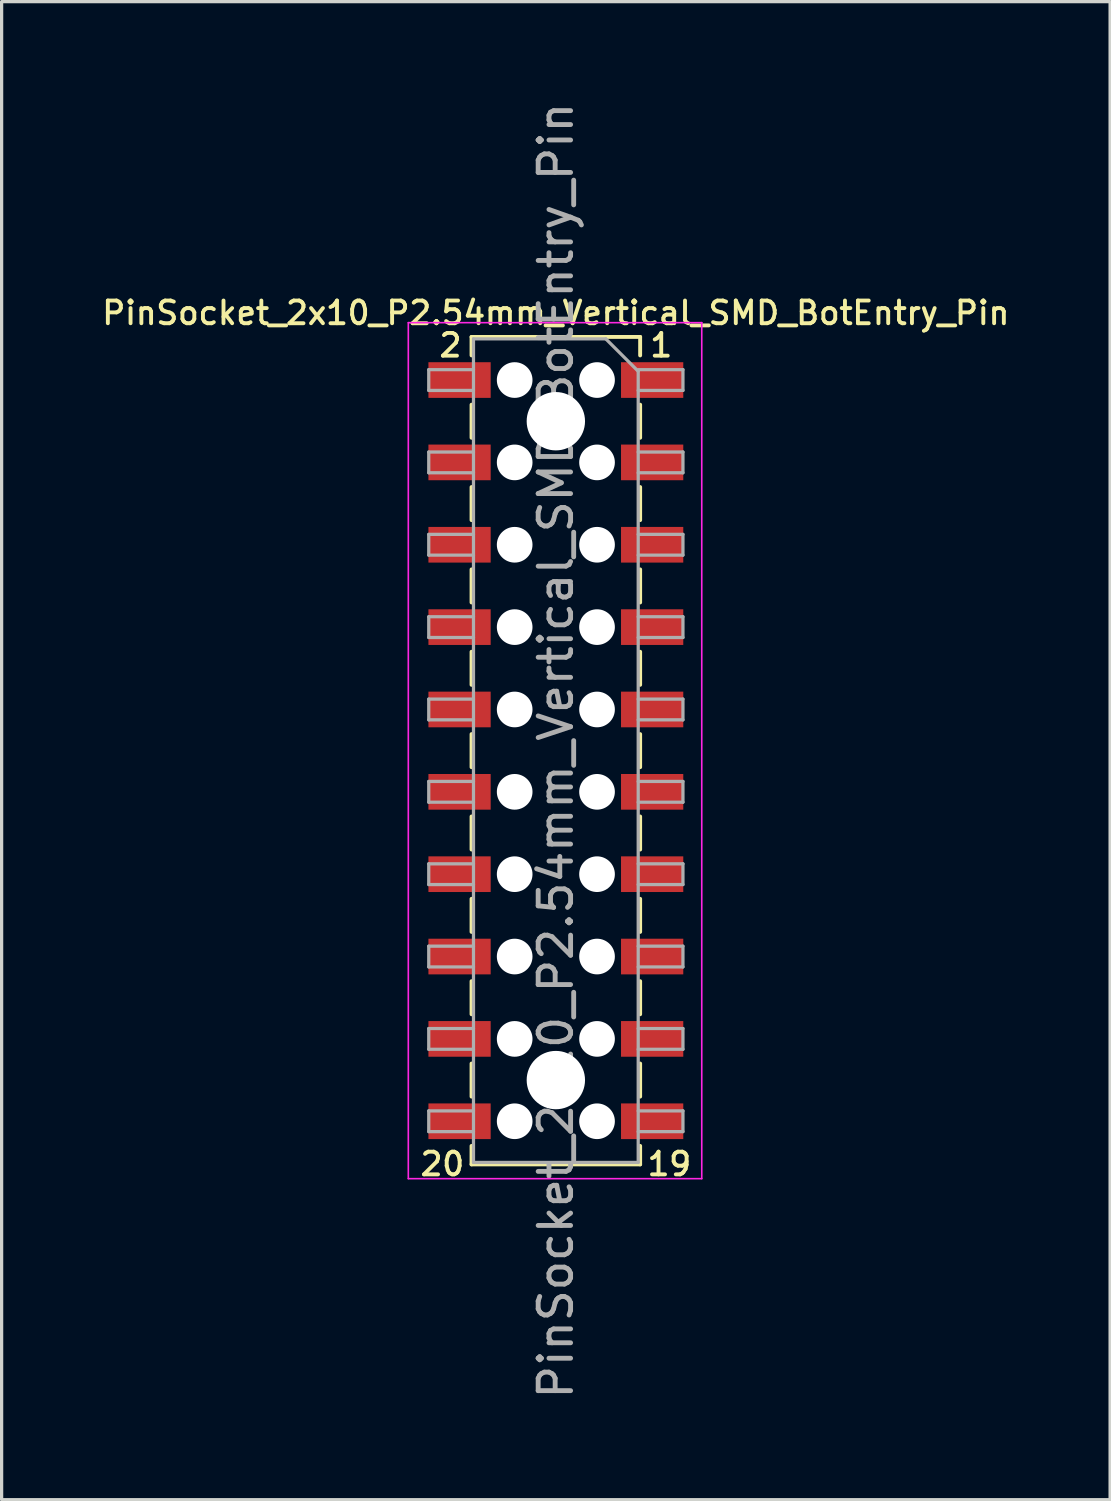
<source format=kicad_pcb>
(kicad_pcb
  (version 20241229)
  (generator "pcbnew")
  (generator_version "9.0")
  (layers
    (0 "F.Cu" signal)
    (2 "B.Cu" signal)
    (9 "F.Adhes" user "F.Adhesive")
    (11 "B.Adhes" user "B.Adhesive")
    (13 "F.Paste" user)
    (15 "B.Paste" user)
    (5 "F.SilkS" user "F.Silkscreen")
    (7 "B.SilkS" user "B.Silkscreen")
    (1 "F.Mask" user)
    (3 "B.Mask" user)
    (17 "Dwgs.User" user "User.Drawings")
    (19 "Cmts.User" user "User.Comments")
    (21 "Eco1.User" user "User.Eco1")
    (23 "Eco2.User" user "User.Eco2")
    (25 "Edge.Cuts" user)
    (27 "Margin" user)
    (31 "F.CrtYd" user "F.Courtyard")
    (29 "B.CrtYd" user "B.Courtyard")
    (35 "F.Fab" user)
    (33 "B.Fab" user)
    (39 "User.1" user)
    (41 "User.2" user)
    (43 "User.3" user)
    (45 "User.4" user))
  (footprint "PinSocket_2x10_P2.54mm_Vertical_SMD_BotEntry_Pin"
    (layer "F.Cu")
    (at 14.093 20.101)
    (property "Reference" "PinSocket_2x10_P2.54mm_Vertical_SMD_BotEntry_Pin" (at 0 -13.5 0) (layer "F.SilkS") (effects (font (size 0.7 0.7) (thickness 0.12))))
    (attr smd)
    (fp_line (start -2.6 -12.76) (end -2.6 -12.19) (stroke (width 0.12) (type solid)) (layer "F.SilkS"))
    (fp_line (start -2.6 -12.76) (end 2.6 -12.76) (stroke (width 0.12) (type solid)) (layer "F.SilkS"))
    (fp_line (start -2.6 -10.67) (end -2.6 -9.65) (stroke (width 0.12) (type solid)) (layer "F.SilkS"))
    (fp_line (start -2.6 -8.13) (end -2.6 -7.11) (stroke (width 0.12) (type solid)) (layer "F.SilkS"))
    (fp_line (start -2.6 -5.59) (end -2.6 -4.57) (stroke (width 0.12) (type solid)) (layer "F.SilkS"))
    (fp_line (start -2.6 -3.05) (end -2.6 -2.03) (stroke (width 0.12) (type solid)) (layer "F.SilkS"))
    (fp_line (start -2.6 -0.51) (end -2.6 0.51) (stroke (width 0.12) (type solid)) (layer "F.SilkS"))
    (fp_line (start -2.6 2.03) (end -2.6 3.05) (stroke (width 0.12) (type solid)) (layer "F.SilkS"))
    (fp_line (start -2.6 4.57) (end -2.6 5.59) (stroke (width 0.12) (type solid)) (layer "F.SilkS"))
    (fp_line (start -2.6 7.11) (end -2.6 8.13) (stroke (width 0.12) (type solid)) (layer "F.SilkS"))
    (fp_line (start -2.6 9.65) (end -2.6 10.67) (stroke (width 0.12) (type solid)) (layer "F.SilkS"))
    (fp_line (start -2.6 12.19) (end -2.6 12.76) (stroke (width 0.12) (type solid)) (layer "F.SilkS"))
    (fp_line (start -2.6 12.76) (end 2.6 12.76) (stroke (width 0.12) (type solid)) (layer "F.SilkS"))
    (fp_line (start 2.6 -12.76) (end 2.6 -12.19) (stroke (width 0.12) (type solid)) (layer "F.SilkS"))
    (fp_line (start 2.6 -10.67) (end 2.6 -9.65) (stroke (width 0.12) (type solid)) (layer "F.SilkS"))
    (fp_line (start 2.6 -8.13) (end 2.6 -7.11) (stroke (width 0.12) (type solid)) (layer "F.SilkS"))
    (fp_line (start 2.6 -5.59) (end 2.6 -4.57) (stroke (width 0.12) (type solid)) (layer "F.SilkS"))
    (fp_line (start 2.6 -3.05) (end 2.6 -2.03) (stroke (width 0.12) (type solid)) (layer "F.SilkS"))
    (fp_line (start 2.6 -0.51) (end 2.6 0.51) (stroke (width 0.12) (type solid)) (layer "F.SilkS"))
    (fp_line (start 2.6 2.03) (end 2.6 3.05) (stroke (width 0.12) (type solid)) (layer "F.SilkS"))
    (fp_line (start 2.6 4.57) (end 2.6 5.59) (stroke (width 0.12) (type solid)) (layer "F.SilkS"))
    (fp_line (start 2.6 7.11) (end 2.6 8.13) (stroke (width 0.12) (type solid)) (layer "F.SilkS"))
    (fp_line (start 2.6 9.65) (end 2.6 10.67) (stroke (width 0.12) (type solid)) (layer "F.SilkS"))
    (fp_line (start 2.6 12.19) (end 2.6 12.76) (stroke (width 0.12) (type solid)) (layer "F.SilkS"))
    (fp_line (start -4.55 -13.2) (end 4.5 -13.2) (stroke (width 0.05) (type solid)) (layer "F.CrtYd"))
    (fp_line (start -4.55 13.2) (end -4.55 -13.2) (stroke (width 0.05) (type solid)) (layer "F.CrtYd"))
    (fp_line (start 4.5 -13.2) (end 4.5 13.2) (stroke (width 0.05) (type solid)) (layer "F.CrtYd"))
    (fp_line (start 4.5 13.2) (end -4.55 13.2) (stroke (width 0.05) (type solid)) (layer "F.CrtYd"))
    (fp_line (start -3.92 -11.75) (end -2.54 -11.75) (stroke (width 0.1) (type solid)) (layer "F.Fab"))
    (fp_line (start -3.92 -11.11) (end -3.92 -11.75) (stroke (width 0.1) (type solid)) (layer "F.Fab"))
    (fp_line (start -3.92 -9.21) (end -2.54 -9.21) (stroke (width 0.1) (type solid)) (layer "F.Fab"))
    (fp_line (start -3.92 -8.57) (end -3.92 -9.21) (stroke (width 0.1) (type solid)) (layer "F.Fab"))
    (fp_line (start -3.92 -6.67) (end -2.54 -6.67) (stroke (width 0.1) (type solid)) (layer "F.Fab"))
    (fp_line (start -3.92 -6.03) (end -3.92 -6.67) (stroke (width 0.1) (type solid)) (layer "F.Fab"))
    (fp_line (start -3.92 -4.13) (end -2.54 -4.13) (stroke (width 0.1) (type solid)) (layer "F.Fab"))
    (fp_line (start -3.92 -3.49) (end -3.92 -4.13) (stroke (width 0.1) (type solid)) (layer "F.Fab"))
    (fp_line (start -3.92 -1.59) (end -2.54 -1.59) (stroke (width 0.1) (type solid)) (layer "F.Fab"))
    (fp_line (start -3.92 -0.95) (end -3.92 -1.59) (stroke (width 0.1) (type solid)) (layer "F.Fab"))
    (fp_line (start -3.92 0.95) (end -2.54 0.95) (stroke (width 0.1) (type solid)) (layer "F.Fab"))
    (fp_line (start -3.92 1.59) (end -3.92 0.95) (stroke (width 0.1) (type solid)) (layer "F.Fab"))
    (fp_line (start -3.92 3.49) (end -2.54 3.49) (stroke (width 0.1) (type solid)) (layer "F.Fab"))
    (fp_line (start -3.92 4.13) (end -3.92 3.49) (stroke (width 0.1) (type solid)) (layer "F.Fab"))
    (fp_line (start -3.92 6.03) (end -2.54 6.03) (stroke (width 0.1) (type solid)) (layer "F.Fab"))
    (fp_line (start -3.92 6.67) (end -3.92 6.03) (stroke (width 0.1) (type solid)) (layer "F.Fab"))
    (fp_line (start -3.92 8.57) (end -2.54 8.57) (stroke (width 0.1) (type solid)) (layer "F.Fab"))
    (fp_line (start -3.92 9.21) (end -3.92 8.57) (stroke (width 0.1) (type solid)) (layer "F.Fab"))
    (fp_line (start -3.92 11.11) (end -2.54 11.11) (stroke (width 0.1) (type solid)) (layer "F.Fab"))
    (fp_line (start -3.92 11.75) (end -3.92 11.11) (stroke (width 0.1) (type solid)) (layer "F.Fab"))
    (fp_line (start -2.54 -12.7) (end 1.54 -12.7) (stroke (width 0.1) (type solid)) (layer "F.Fab"))
    (fp_line (start -2.54 -11.11) (end -3.92 -11.11) (stroke (width 0.1) (type solid)) (layer "F.Fab"))
    (fp_line (start -2.54 -8.57) (end -3.92 -8.57) (stroke (width 0.1) (type solid)) (layer "F.Fab"))
    (fp_line (start -2.54 -6.03) (end -3.92 -6.03) (stroke (width 0.1) (type solid)) (layer "F.Fab"))
    (fp_line (start -2.54 -3.49) (end -3.92 -3.49) (stroke (width 0.1) (type solid)) (layer "F.Fab"))
    (fp_line (start -2.54 -0.95) (end -3.92 -0.95) (stroke (width 0.1) (type solid)) (layer "F.Fab"))
    (fp_line (start -2.54 1.59) (end -3.92 1.59) (stroke (width 0.1) (type solid)) (layer "F.Fab"))
    (fp_line (start -2.54 4.13) (end -3.92 4.13) (stroke (width 0.1) (type solid)) (layer "F.Fab"))
    (fp_line (start -2.54 6.67) (end -3.92 6.67) (stroke (width 0.1) (type solid)) (layer "F.Fab"))
    (fp_line (start -2.54 9.21) (end -3.92 9.21) (stroke (width 0.1) (type solid)) (layer "F.Fab"))
    (fp_line (start -2.54 11.75) (end -3.92 11.75) (stroke (width 0.1) (type solid)) (layer "F.Fab"))
    (fp_line (start -2.54 12.7) (end -2.54 -12.7) (stroke (width 0.1) (type solid)) (layer "F.Fab"))
    (fp_line (start 1.54 -12.7) (end 2.54 -11.7) (stroke (width 0.1) (type solid)) (layer "F.Fab"))
    (fp_line (start 2.54 -11.75) (end 3.92 -11.75) (stroke (width 0.1) (type solid)) (layer "F.Fab"))
    (fp_line (start 2.54 -11.7) (end 2.54 12.7) (stroke (width 0.1) (type solid)) (layer "F.Fab"))
    (fp_line (start 2.54 -9.21) (end 3.92 -9.21) (stroke (width 0.1) (type solid)) (layer "F.Fab"))
    (fp_line (start 2.54 -6.67) (end 3.92 -6.67) (stroke (width 0.1) (type solid)) (layer "F.Fab"))
    (fp_line (start 2.54 -4.13) (end 3.92 -4.13) (stroke (width 0.1) (type solid)) (layer "F.Fab"))
    (fp_line (start 2.54 -1.59) (end 3.92 -1.59) (stroke (width 0.1) (type solid)) (layer "F.Fab"))
    (fp_line (start 2.54 0.95) (end 3.92 0.95) (stroke (width 0.1) (type solid)) (layer "F.Fab"))
    (fp_line (start 2.54 3.49) (end 3.92 3.49) (stroke (width 0.1) (type solid)) (layer "F.Fab"))
    (fp_line (start 2.54 6.03) (end 3.92 6.03) (stroke (width 0.1) (type solid)) (layer "F.Fab"))
    (fp_line (start 2.54 8.57) (end 3.92 8.57) (stroke (width 0.1) (type solid)) (layer "F.Fab"))
    (fp_line (start 2.54 11.11) (end 3.92 11.11) (stroke (width 0.1) (type solid)) (layer "F.Fab"))
    (fp_line (start 2.54 12.7) (end -2.54 12.7) (stroke (width 0.1) (type solid)) (layer "F.Fab"))
    (fp_line (start 3.92 -11.75) (end 3.92 -11.11) (stroke (width 0.1) (type solid)) (layer "F.Fab"))
    (fp_line (start 3.92 -11.11) (end 2.54 -11.11) (stroke (width 0.1) (type solid)) (layer "F.Fab"))
    (fp_line (start 3.92 -9.21) (end 3.92 -8.57) (stroke (width 0.1) (type solid)) (layer "F.Fab"))
    (fp_line (start 3.92 -8.57) (end 2.54 -8.57) (stroke (width 0.1) (type solid)) (layer "F.Fab"))
    (fp_line (start 3.92 -6.67) (end 3.92 -6.03) (stroke (width 0.1) (type solid)) (layer "F.Fab"))
    (fp_line (start 3.92 -6.03) (end 2.54 -6.03) (stroke (width 0.1) (type solid)) (layer "F.Fab"))
    (fp_line (start 3.92 -4.13) (end 3.92 -3.49) (stroke (width 0.1) (type solid)) (layer "F.Fab"))
    (fp_line (start 3.92 -3.49) (end 2.54 -3.49) (stroke (width 0.1) (type solid)) (layer "F.Fab"))
    (fp_line (start 3.92 -1.59) (end 3.92 -0.95) (stroke (width 0.1) (type solid)) (layer "F.Fab"))
    (fp_line (start 3.92 -0.95) (end 2.54 -0.95) (stroke (width 0.1) (type solid)) (layer "F.Fab"))
    (fp_line (start 3.92 0.95) (end 3.92 1.59) (stroke (width 0.1) (type solid)) (layer "F.Fab"))
    (fp_line (start 3.92 1.59) (end 2.54 1.59) (stroke (width 0.1) (type solid)) (layer "F.Fab"))
    (fp_line (start 3.92 3.49) (end 3.92 4.13) (stroke (width 0.1) (type solid)) (layer "F.Fab"))
    (fp_line (start 3.92 4.13) (end 2.54 4.13) (stroke (width 0.1) (type solid)) (layer "F.Fab"))
    (fp_line (start 3.92 6.03) (end 3.92 6.67) (stroke (width 0.1) (type solid)) (layer "F.Fab"))
    (fp_line (start 3.92 6.67) (end 2.54 6.67) (stroke (width 0.1) (type solid)) (layer "F.Fab"))
    (fp_line (start 3.92 8.57) (end 3.92 9.21) (stroke (width 0.1) (type solid)) (layer "F.Fab"))
    (fp_line (start 3.92 9.21) (end 2.54 9.21) (stroke (width 0.1) (type solid)) (layer "F.Fab"))
    (fp_line (start 3.92 11.11) (end 3.92 11.75) (stroke (width 0.1) (type solid)) (layer "F.Fab"))
    (fp_line (start 3.92 11.75) (end 2.54 11.75) (stroke (width 0.1) (type solid)) (layer "F.Fab"))
    (fp_text user "19" (at 3.5 12.75 0) (layer "F.SilkS") (effects (font (size 0.7 0.7) (thickness 0.12))))
    (fp_text user "20" (at -3.5 12.75 0) (layer "F.SilkS") (effects (font (size 0.7 0.7) (thickness 0.12))))
    (fp_text user "2" (at -3.25 -12.5 0) (layer "F.SilkS") (effects (font (size 0.7 0.7) (thickness 0.12))))
    (fp_text user "1" (at 3.25 -12.5 0) (layer "F.SilkS") (effects (font (size 0.7 0.7) (thickness 0.12))))
    (fp_text user "${REFERENCE}" (at 0 0 90) (layer "F.Fab") (effects (font (size 1 1) (thickness 0.15))))
    (pad "" np_thru_hole circle (at -1.27 -11.43) (size 1.1 1.1) (drill 1.1) (layers "*.Cu" "*.Mask"))
    (pad "" np_thru_hole circle (at -1.27 -8.89) (size 1.1 1.1) (drill 1.1) (layers "*.Cu" "*.Mask"))
    (pad "" np_thru_hole circle (at -1.27 -6.35) (size 1.1 1.1) (drill 1.1) (layers "*.Cu" "*.Mask"))
    (pad "" np_thru_hole circle (at -1.27 -3.81) (size 1.1 1.1) (drill 1.1) (layers "*.Cu" "*.Mask"))
    (pad "" np_thru_hole circle (at -1.27 -1.27) (size 1.1 1.1) (drill 1.1) (layers "*.Cu" "*.Mask"))
    (pad "" np_thru_hole circle (at -1.27 1.27) (size 1.1 1.1) (drill 1.1) (layers "*.Cu" "*.Mask"))
    (pad "" np_thru_hole circle (at -1.27 3.81) (size 1.1 1.1) (drill 1.1) (layers "*.Cu" "*.Mask"))
    (pad "" np_thru_hole circle (at -1.27 6.35) (size 1.1 1.1) (drill 1.1) (layers "*.Cu" "*.Mask"))
    (pad "" np_thru_hole circle (at -1.27 8.89) (size 1.1 1.1) (drill 1.1) (layers "*.Cu" "*.Mask"))
    (pad "" np_thru_hole circle (at -1.27 11.43) (size 1.1 1.1) (drill 1.1) (layers "*.Cu" "*.Mask"))
    (pad "" np_thru_hole circle (at 0 -10.16) (size 1.8 1.8) (drill 1.8) (layers "*.Cu" "*.Mask"))
    (pad "" np_thru_hole circle (at 0 10.16) (size 1.8 1.8) (drill 1.8) (layers "*.Cu" "*.Mask"))
    (pad "" np_thru_hole circle (at 1.27 -11.43) (size 1.1 1.1) (drill 1.1) (layers "*.Cu" "*.Mask"))
    (pad "" np_thru_hole circle (at 1.27 -8.89) (size 1.1 1.1) (drill 1.1) (layers "*.Cu" "*.Mask"))
    (pad "" np_thru_hole circle (at 1.27 -6.35) (size 1.1 1.1) (drill 1.1) (layers "*.Cu" "*.Mask"))
    (pad "" np_thru_hole circle (at 1.27 -3.81) (size 1.1 1.1) (drill 1.1) (layers "*.Cu" "*.Mask"))
    (pad "" np_thru_hole circle (at 1.27 -1.27) (size 1.1 1.1) (drill 1.1) (layers "*.Cu" "*.Mask"))
    (pad "" np_thru_hole circle (at 1.27 1.27) (size 1.1 1.1) (drill 1.1) (layers "*.Cu" "*.Mask"))
    (pad "" np_thru_hole circle (at 1.27 3.81) (size 1.1 1.1) (drill 1.1) (layers "*.Cu" "*.Mask"))
    (pad "" np_thru_hole circle (at 1.27 6.35) (size 1.1 1.1) (drill 1.1) (layers "*.Cu" "*.Mask"))
    (pad "" np_thru_hole circle (at 1.27 8.89) (size 1.1 1.1) (drill 1.1) (layers "*.Cu" "*.Mask"))
    (pad "" np_thru_hole circle (at 1.27 11.43) (size 1.1 1.1) (drill 1.1) (layers "*.Cu" "*.Mask"))
    (pad "1" smd rect (at 2.97 -11.43) (size 1.92 1.1) (layers "F.Cu" "F.Mask" "F.Paste"))
    (pad "2" smd rect (at -2.97 -11.43) (size 1.92 1.1) (layers "F.Cu" "F.Mask" "F.Paste"))
    (pad "3" smd rect (at 2.97 -8.89) (size 1.92 1.1) (layers "F.Cu" "F.Mask" "F.Paste"))
    (pad "4" smd rect (at -2.97 -8.89) (size 1.92 1.1) (layers "F.Cu" "F.Mask" "F.Paste"))
    (pad "5" smd rect (at 2.97 -6.35) (size 1.92 1.1) (layers "F.Cu" "F.Mask" "F.Paste"))
    (pad "6" smd rect (at -2.97 -6.35) (size 1.92 1.1) (layers "F.Cu" "F.Mask" "F.Paste"))
    (pad "7" smd rect (at 2.97 -3.81) (size 1.92 1.1) (layers "F.Cu" "F.Mask" "F.Paste"))
    (pad "8" smd rect (at -2.97 -3.81) (size 1.92 1.1) (layers "F.Cu" "F.Mask" "F.Paste"))
    (pad "9" smd rect (at 2.97 -1.27) (size 1.92 1.1) (layers "F.Cu" "F.Mask" "F.Paste"))
    (pad "10" smd rect (at -2.97 -1.27) (size 1.92 1.1) (layers "F.Cu" "F.Mask" "F.Paste"))
    (pad "11" smd rect (at 2.97 1.27) (size 1.92 1.1) (layers "F.Cu" "F.Mask" "F.Paste"))
    (pad "12" smd rect (at -2.97 1.27) (size 1.92 1.1) (layers "F.Cu" "F.Mask" "F.Paste"))
    (pad "13" smd rect (at 2.97 3.81) (size 1.92 1.1) (layers "F.Cu" "F.Mask" "F.Paste"))
    (pad "14" smd rect (at -2.97 3.81) (size 1.92 1.1) (layers "F.Cu" "F.Mask" "F.Paste"))
    (pad "15" smd rect (at 2.97 6.35) (size 1.92 1.1) (layers "F.Cu" "F.Mask" "F.Paste"))
    (pad "16" smd rect (at -2.97 6.35) (size 1.92 1.1) (layers "F.Cu" "F.Mask" "F.Paste"))
    (pad "17" smd rect (at 2.97 8.89) (size 1.92 1.1) (layers "F.Cu" "F.Mask" "F.Paste"))
    (pad "18" smd rect (at -2.97 8.89) (size 1.92 1.1) (layers "F.Cu" "F.Mask" "F.Paste"))
    (pad "19" smd rect (at 2.97 11.43) (size 1.92 1.1) (layers "F.Cu" "F.Mask" "F.Paste"))
    (pad "20" smd rect (at -2.97 11.43) (size 1.92 1.1) (layers "F.Cu" "F.Mask" "F.Paste")))
  (gr_rect
    (start -3 -3)
    (end 31.187 43.202)
    (stroke (width 0.1) (type default))
    (fill no)
    (layer "Edge.Cuts")))
</source>
